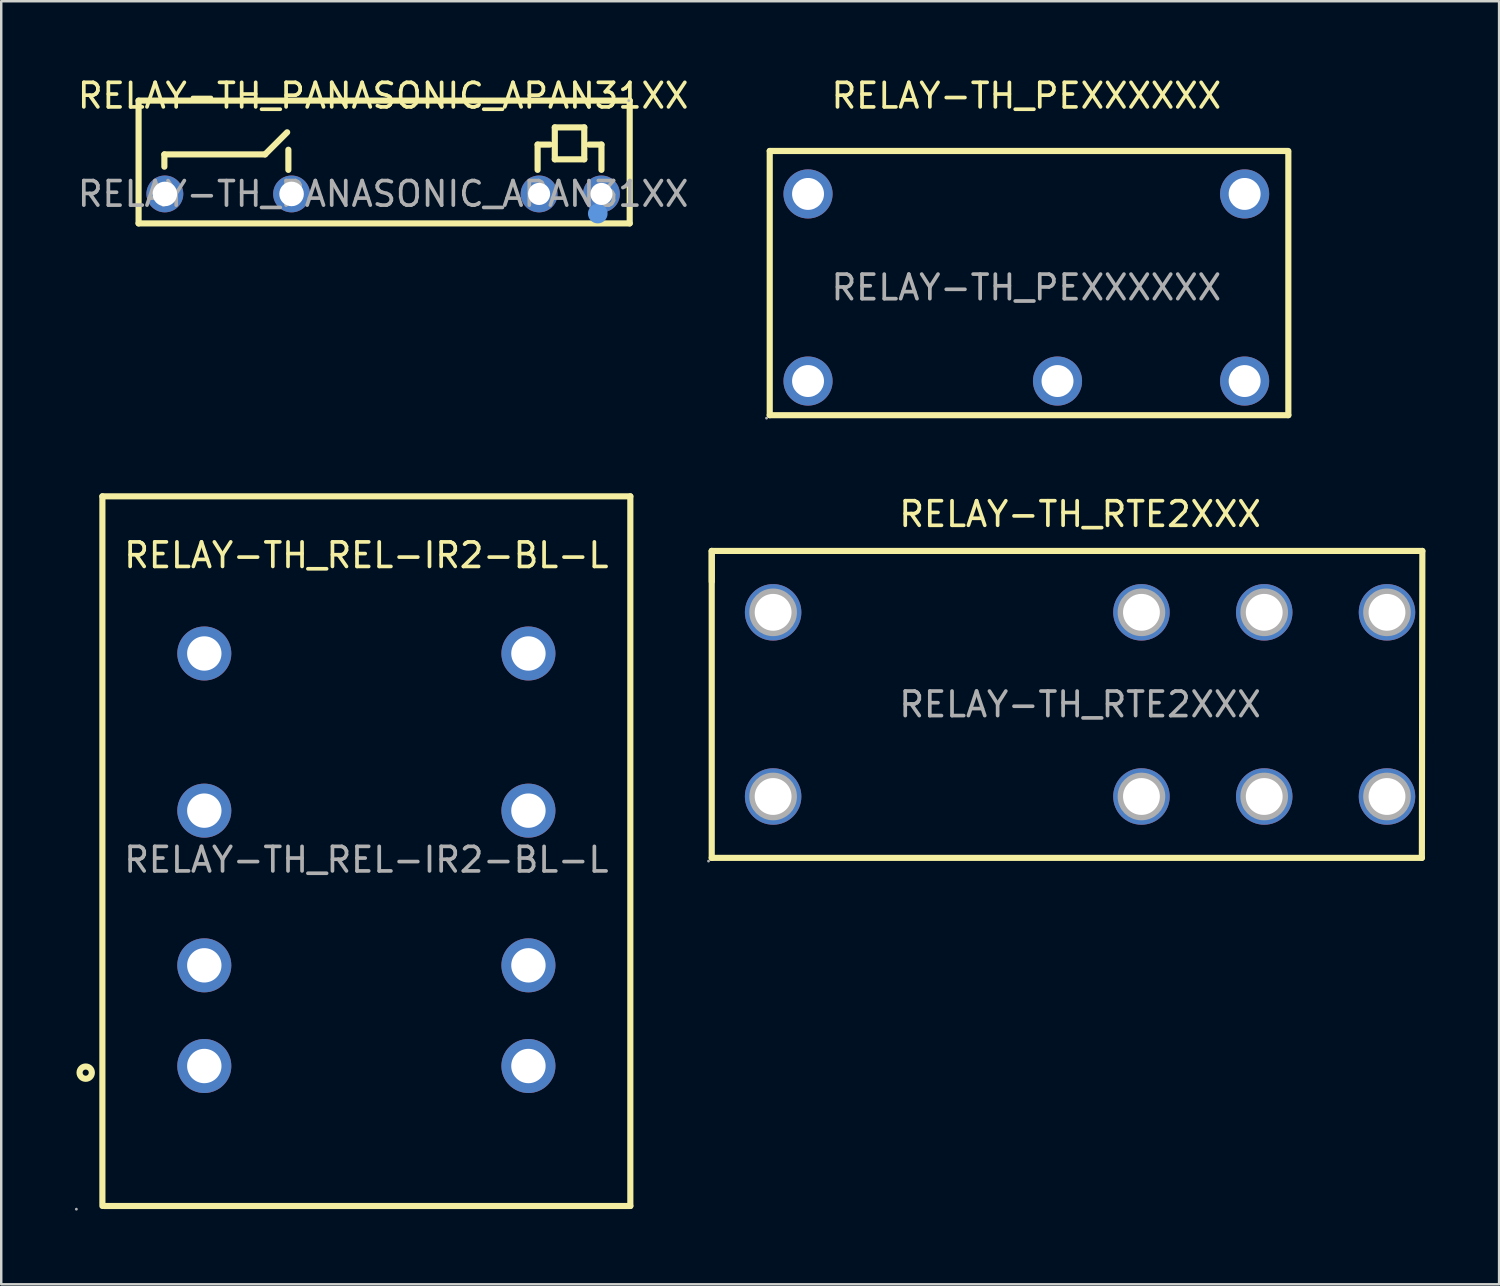
<source format=kicad_pcb>
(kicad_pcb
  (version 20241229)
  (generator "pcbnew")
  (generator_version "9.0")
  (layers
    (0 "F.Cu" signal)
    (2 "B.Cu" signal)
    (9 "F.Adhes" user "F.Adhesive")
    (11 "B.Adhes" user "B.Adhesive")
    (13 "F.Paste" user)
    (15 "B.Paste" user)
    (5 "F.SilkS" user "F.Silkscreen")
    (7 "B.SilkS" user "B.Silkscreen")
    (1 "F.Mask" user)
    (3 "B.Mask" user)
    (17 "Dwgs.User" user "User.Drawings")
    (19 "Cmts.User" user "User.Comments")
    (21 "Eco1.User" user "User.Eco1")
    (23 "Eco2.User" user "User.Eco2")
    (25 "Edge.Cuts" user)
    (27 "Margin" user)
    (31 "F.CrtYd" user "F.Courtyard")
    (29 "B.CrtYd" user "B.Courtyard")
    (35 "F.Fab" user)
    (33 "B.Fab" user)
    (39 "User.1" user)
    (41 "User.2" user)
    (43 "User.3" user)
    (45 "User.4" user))
  (footprint "RELAY-TH_RTE2XXX"
    (layer "F.Cu")
    (at 40.935 25.637)
    (property "Reference" "RELAY-TH_RTE2XXX" (at 0 -7.75 0) (layer "F.SilkS") (effects (font (size 1 1) (thickness 0.15))))
    (attr through_hole)
    (fp_line (start -15 -6.25) (end -15 -5) (stroke (width 0.25) (type solid)) (layer "F.SilkS"))
    (fp_line (start -15 -6.25) (end -15 6.25) (stroke (width 0.25) (type solid)) (layer "F.SilkS"))
    (fp_line (start -15 6.25) (end 13.92 6.25) (stroke (width 0.25) (type solid)) (layer "F.SilkS"))
    (fp_line (start 13.92 6.25) (end 13.94 -6.25) (stroke (width 0.25) (type solid)) (layer "F.SilkS"))
    (fp_line (start 13.94 -6.25) (end -15 -6.25) (stroke (width 0.25) (type solid)) (layer "F.SilkS"))
    (fp_circle (center -15.13 6.38) (end -15.1 6.38) (stroke (width 0.06) (type solid)) (fill no) (layer "F.Fab"))
    (fp_circle (center -12.5 -3.75) (end -12.18 -3.75) (stroke (width 0.65) (type solid)) (fill no) (layer "F.Fab"))
    (fp_circle (center -12.5 3.75) (end -12.18 3.75) (stroke (width 0.65) (type solid)) (fill no) (layer "F.Fab"))
    (fp_circle (center 2.5 -3.75) (end 2.82 -3.75) (stroke (width 0.65) (type solid)) (fill no) (layer "F.Fab"))
    (fp_circle (center 2.5 3.75) (end 2.82 3.75) (stroke (width 0.65) (type solid)) (fill no) (layer "F.Fab"))
    (fp_circle (center 7.5 -3.75) (end 7.82 -3.75) (stroke (width 0.65) (type solid)) (fill no) (layer "F.Fab"))
    (fp_circle (center 7.5 3.75) (end 7.82 3.75) (stroke (width 0.65) (type solid)) (fill no) (layer "F.Fab"))
    (fp_circle (center 12.5 -3.75) (end 12.82 -3.75) (stroke (width 0.65) (type solid)) (fill no) (layer "F.Fab"))
    (fp_circle (center 12.5 3.75) (end 12.82 3.75) (stroke (width 0.65) (type solid)) (fill no) (layer "F.Fab"))
    (fp_text user "${REFERENCE}" (at 0 0 0) (layer "F.Fab") (effects (font (size 1 1) (thickness 0.15))))
    (pad "11" thru_hole circle (at 7.5 3.75) (size 2.3 2.3) (drill 1.5) (layers "*.Cu" "*.Paste" "*.Mask"))
    (pad "12" thru_hole circle (at 2.5 3.75) (size 2.3 2.3) (drill 1.5) (layers "*.Cu" "*.Paste" "*.Mask"))
    (pad "14" thru_hole circle (at 12.5 3.75) (size 2.3 2.3) (drill 1.5) (layers "*.Cu" "*.Paste" "*.Mask"))
    (pad "21" thru_hole circle (at 7.5 -3.75) (size 2.3 2.3) (drill 1.5) (layers "*.Cu" "*.Paste" "*.Mask"))
    (pad "22" thru_hole circle (at 2.5 -3.75) (size 2.3 2.3) (drill 1.5) (layers "*.Cu" "*.Paste" "*.Mask"))
    (pad "24" thru_hole circle (at 12.5 -3.75) (size 2.3 2.3) (drill 1.5) (layers "*.Cu" "*.Paste" "*.Mask"))
    (pad "A1" thru_hole circle (at -12.5 3.75) (size 2.3 2.3) (drill 1.5) (layers "*.Cu" "*.Paste" "*.Mask"))
    (pad "A2" thru_hole circle (at -12.5 -3.75) (size 2.3 2.3) (drill 1.5) (layers "*.Cu" "*.Paste" "*.Mask")))
  (footprint "RELAY-TH_PANASONIC_APAN31XX"
    (layer "F.Cu")
    (at 12.554 4.848)
    (property "Reference" "RELAY-TH_PANASONIC_APAN31XX" (at 0 -4 0) (layer "F.SilkS") (effects (font (size 1 1) (thickness 0.15))))
    (attr through_hole)
    (fp_line (start -9.96 -3.8) (end 10.04 -3.8) (stroke (width 0.25) (type solid)) (layer "F.SilkS"))
    (fp_line (start -9.96 1.2) (end -9.96 -3.8) (stroke (width 0.25) (type solid)) (layer "F.SilkS"))
    (fp_line (start -8.91 -1.61) (end -4.81 -1.61) (stroke (width 0.25) (type solid)) (layer "F.SilkS"))
    (fp_line (start -8.91 -1.11) (end -8.91 -1.61) (stroke (width 0.25) (type solid)) (layer "F.SilkS"))
    (fp_line (start -4.81 -1.61) (end -3.91 -2.51) (stroke (width 0.25) (type solid)) (layer "F.SilkS"))
    (fp_line (start -3.86 -1.8) (end -3.86 -0.98) (stroke (width 0.25) (type solid)) (layer "F.SilkS"))
    (fp_line (start 6.29 -2.01) (end 6.29 -0.98) (stroke (width 0.25) (type solid)) (layer "F.SilkS"))
    (fp_line (start 6.29 -2.01) (end 6.79 -2.01) (stroke (width 0.25) (type solid)) (layer "F.SilkS"))
    (fp_line (start 6.99 -2.71) (end 8.19 -2.71) (stroke (width 0.25) (type solid)) (layer "F.SilkS"))
    (fp_line (start 6.99 -1.41) (end 6.99 -2.71) (stroke (width 0.25) (type solid)) (layer "F.SilkS"))
    (fp_line (start 8.19 -2.71) (end 8.19 -1.41) (stroke (width 0.25) (type solid)) (layer "F.SilkS"))
    (fp_line (start 8.19 -1.41) (end 6.99 -1.41) (stroke (width 0.25) (type solid)) (layer "F.SilkS"))
    (fp_line (start 8.89 -2.01) (end 8.39 -2.01) (stroke (width 0.25) (type solid)) (layer "F.SilkS"))
    (fp_line (start 8.89 -2.01) (end 8.89 -0.98) (stroke (width 0.25) (type solid)) (layer "F.SilkS"))
    (fp_line (start 10.04 -3.8) (end 10.04 1.2) (stroke (width 0.25) (type solid)) (layer "F.SilkS"))
    (fp_line (start 10.04 1.2) (end -9.96 1.2) (stroke (width 0.25) (type solid)) (layer "F.SilkS"))
    (fp_circle (center 8.74 0.8) (end 8.94 0.8) (stroke (width 0.4) (type solid)) (fill no) (layer "Cmts.User"))
    (fp_circle (center 10 -3.8) (end 10.03 -3.8) (stroke (width 0.06) (type solid)) (fill no) (layer "F.Fab"))
    (fp_text user "${REFERENCE}" (at 0 0 0) (layer "F.Fab") (effects (font (size 1 1) (thickness 0.15))))
    (pad "1" thru_hole circle (at 8.89 0 180) (size 1.5 1.5) (drill 0.9) (layers "*.Cu" "*.Paste" "*.Mask"))
    (pad "2" thru_hole circle (at 6.35 0 180) (size 1.5 1.5) (drill 0.9) (layers "*.Cu" "*.Paste" "*.Mask"))
    (pad "5" thru_hole circle (at -3.73 0 180) (size 1.5 1.5) (drill 1) (layers "*.Cu" "*.Paste" "*.Mask"))
    (pad "6" thru_hole circle (at -8.89 0 180) (size 1.5 1.5) (drill 1) (layers "*.Cu" "*.Paste" "*.Mask")))
  (footprint "RELAY-TH_REL-IR2-BL-L"
    (layer "F.Cu")
    (at 11.87 31.963)
    (property "Reference" "RELAY-TH_REL-IR2-BL-L" (at 0 -12.4 0) (layer "F.SilkS") (effects (font (size 1 1) (thickness 0.15))))
    (attr through_hole)
    (fp_line (start -10.75 -14.8) (end -10.75 14.1) (stroke (width 0.25) (type solid)) (layer "F.SilkS"))
    (fp_line (start 10.75 -14.8) (end -10.75 -14.8) (stroke (width 0.25) (type solid)) (layer "F.SilkS"))
    (fp_line (start 10.75 -14.8) (end 10.75 14.1) (stroke (width 0.25) (type solid)) (layer "F.SilkS"))
    (fp_line (start 10.75 14.1) (end -10.67 14.1) (stroke (width 0.25) (type solid)) (layer "F.SilkS"))
    (fp_circle (center -11.43 8.67) (end -11.18 8.67) (stroke (width 0.25) (type solid)) (fill no) (layer "F.SilkS"))
    (fp_circle (center -11.81 14.23) (end -11.78 14.23) (stroke (width 0.06) (type solid)) (fill no) (layer "F.Fab"))
    (fp_circle (center -6.6 -8.4) (end -6.3 -8.4) (stroke (width 0.6) (type solid)) (fill no) (layer "F.Fab"))
    (fp_circle (center -6.6 -2) (end -6.3 -2) (stroke (width 0.6) (type solid)) (fill no) (layer "F.Fab"))
    (fp_circle (center -6.6 4.3) (end -6.3 4.3) (stroke (width 0.6) (type solid)) (fill no) (layer "F.Fab"))
    (fp_circle (center -6.6 8.4) (end -6.3 8.4) (stroke (width 0.6) (type solid)) (fill no) (layer "F.Fab"))
    (fp_circle (center 6.6 -8.4) (end 6.9 -8.4) (stroke (width 0.6) (type solid)) (fill no) (layer "F.Fab"))
    (fp_circle (center 6.6 -2) (end 6.9 -2) (stroke (width 0.6) (type solid)) (fill no) (layer "F.Fab"))
    (fp_circle (center 6.6 4.3) (end 6.9 4.3) (stroke (width 0.6) (type solid)) (fill no) (layer "F.Fab"))
    (fp_circle (center 6.6 8.4) (end 6.9 8.4) (stroke (width 0.6) (type solid)) (fill no) (layer "F.Fab"))
    (fp_text user "${REFERENCE}" (at 0 0 0) (layer "F.Fab") (effects (font (size 1 1) (thickness 0.15))))
    (pad "1" thru_hole circle (at -6.6 8.4 180) (size 2.2 2.2) (drill 1.4) (layers "*.Cu" "*.Paste" "*.Mask"))
    (pad "4" thru_hole circle (at 6.6 8.4 180) (size 2.2 2.2) (drill 1.4) (layers "*.Cu" "*.Paste" "*.Mask"))
    (pad "5" thru_hole circle (at -6.6 4.3 180) (size 2.2 2.2) (drill 1.4) (layers "*.Cu" "*.Paste" "*.Mask"))
    (pad "8" thru_hole circle (at 6.6 4.3 180) (size 2.2 2.2) (drill 1.4) (layers "*.Cu" "*.Paste" "*.Mask"))
    (pad "9" thru_hole circle (at -6.6 -2 180) (size 2.2 2.2) (drill 1.4) (layers "*.Cu" "*.Paste" "*.Mask"))
    (pad "12" thru_hole circle (at 6.6 -2 180) (size 2.2 2.2) (drill 1.4) (layers "*.Cu" "*.Paste" "*.Mask"))
    (pad "13" thru_hole circle (at -6.6 -8.4 180) (size 2.2 2.2) (drill 1.4) (layers "*.Cu" "*.Paste" "*.Mask"))
    (pad "14" thru_hole circle (at 6.6 -8.4 180) (size 2.2 2.2) (drill 1.4) (layers "*.Cu" "*.Paste" "*.Mask")))
  (footprint "RELAY-TH_PEXXXXXX"
    (layer "F.Cu")
    (at 38.747 8.658)
    (property "Reference" "RELAY-TH_PEXXXXXX" (at 0 -7.81 0) (layer "F.SilkS") (effects (font (size 1 1) (thickness 0.15))))
    (attr through_hole)
    (fp_line (start -10.45 -5.56) (end -10.45 5.2) (stroke (width 0.25) (type solid)) (layer "F.SilkS"))
    (fp_line (start -10.45 -5.56) (end 10.67 -5.56) (stroke (width 0.25) (type solid)) (layer "F.SilkS"))
    (fp_line (start -10.45 5.2) (end 10.67 5.2) (stroke (width 0.25) (type solid)) (layer "F.SilkS"))
    (fp_line (start 10.67 5.2) (end 10.67 -5.5) (stroke (width 0.25) (type solid)) (layer "F.SilkS"))
    (fp_circle (center -10.58 5.32) (end -10.55 5.32) (stroke (width 0.06) (type solid)) (fill no) (layer "F.Fab"))
    (fp_circle (center -8.89 -3.81) (end -8.61 -3.81) (stroke (width 0.55) (type solid)) (fill no) (layer "F.Fab"))
    (fp_circle (center -8.89 3.81) (end -8.61 3.81) (stroke (width 0.55) (type solid)) (fill no) (layer "F.Fab"))
    (fp_circle (center 1.27 3.81) (end 1.55 3.81) (stroke (width 0.55) (type solid)) (fill no) (layer "F.Fab"))
    (fp_circle (center 8.89 -3.81) (end 9.17 -3.81) (stroke (width 0.55) (type solid)) (fill no) (layer "F.Fab"))
    (fp_circle (center 8.89 3.81) (end 9.17 3.81) (stroke (width 0.55) (type solid)) (fill no) (layer "F.Fab"))
    (fp_text user "${REFERENCE}" (at 0 0 0) (layer "F.Fab") (effects (font (size 1 1) (thickness 0.15))))
    (pad "11" thru_hole circle (at 1.27 3.81) (size 2 2) (drill 1.3) (layers "*.Cu" "*.Paste" "*.Mask"))
    (pad "12" thru_hole circle (at 8.89 -3.81) (size 2 2) (drill 1.3) (layers "*.Cu" "*.Paste" "*.Mask"))
    (pad "14" thru_hole circle (at 8.89 3.81) (size 2 2) (drill 1.3) (layers "*.Cu" "*.Paste" "*.Mask"))
    (pad "A1" thru_hole circle (at -8.89 3.81) (size 2 2) (drill 1.3) (layers "*.Cu" "*.Paste" "*.Mask"))
    (pad "A2" thru_hole circle (at -8.89 -3.81) (size 2 2) (drill 1.3) (layers "*.Cu" "*.Paste" "*.Mask")))
  (gr_rect
    (start -3 -3)
    (end 58 49.253)
    (stroke (width 0.1) (type default))
    (fill no)
    (layer "Edge.Cuts")))
</source>
